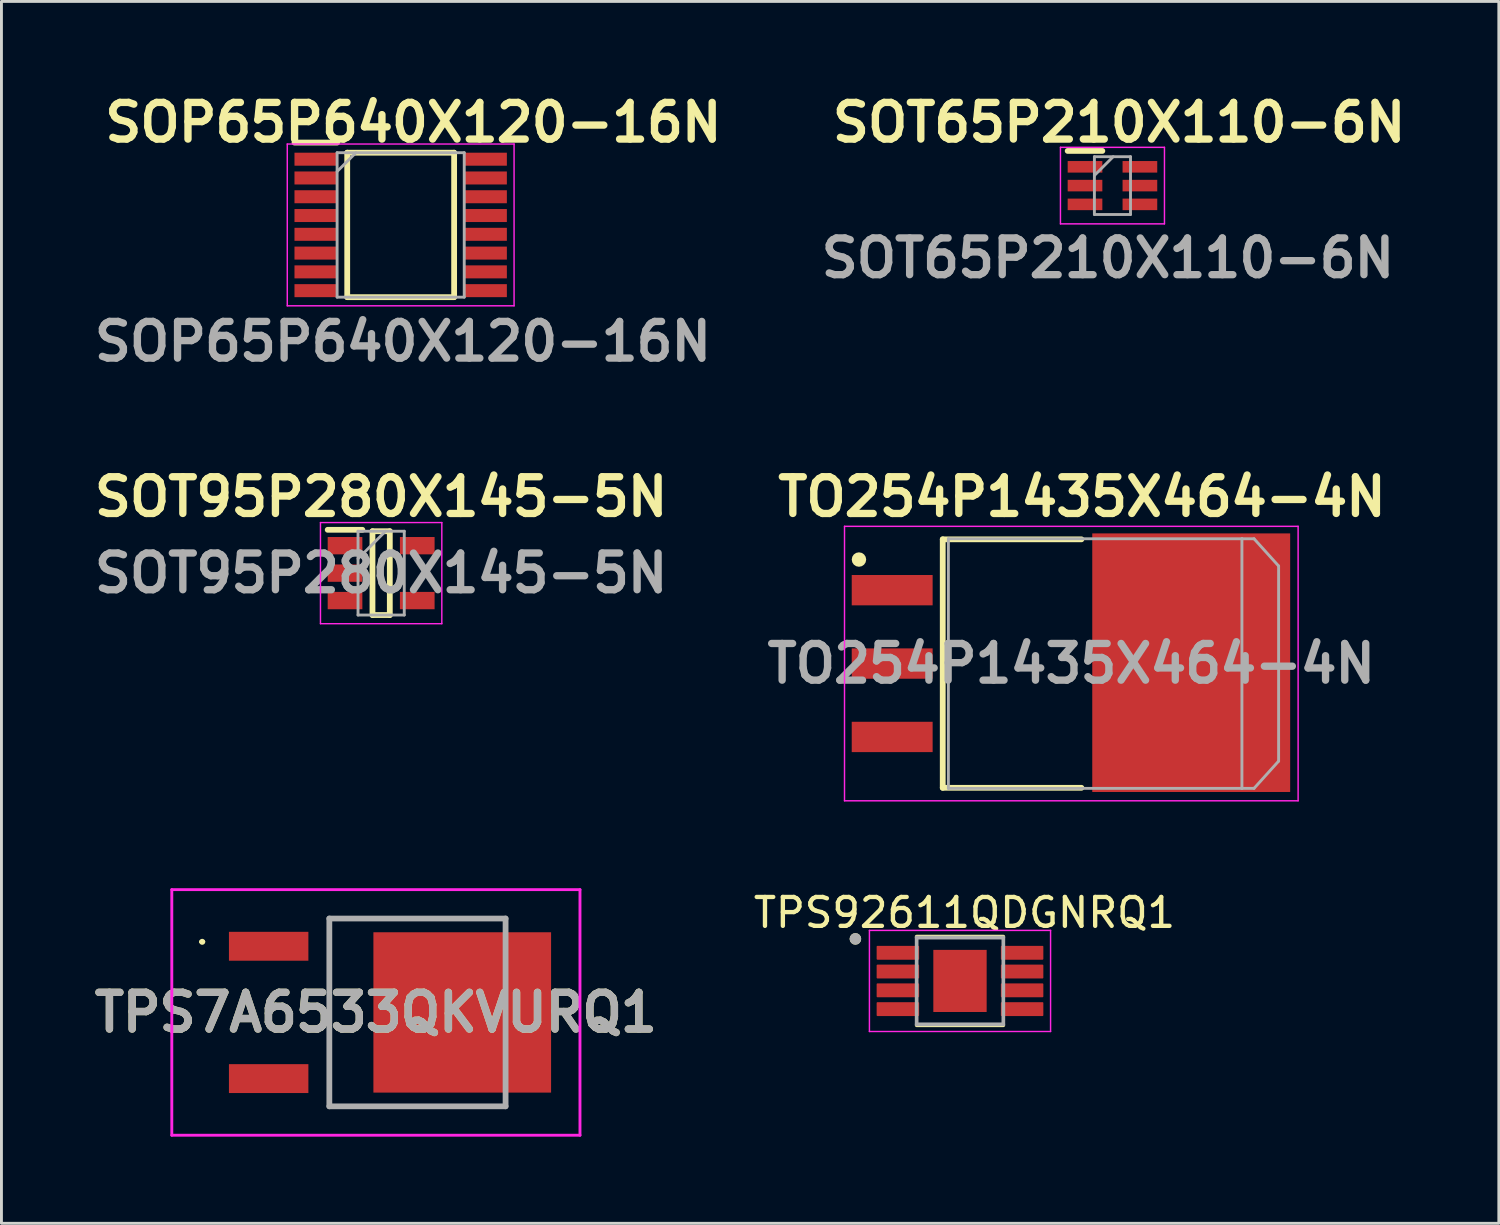
<source format=kicad_pcb>
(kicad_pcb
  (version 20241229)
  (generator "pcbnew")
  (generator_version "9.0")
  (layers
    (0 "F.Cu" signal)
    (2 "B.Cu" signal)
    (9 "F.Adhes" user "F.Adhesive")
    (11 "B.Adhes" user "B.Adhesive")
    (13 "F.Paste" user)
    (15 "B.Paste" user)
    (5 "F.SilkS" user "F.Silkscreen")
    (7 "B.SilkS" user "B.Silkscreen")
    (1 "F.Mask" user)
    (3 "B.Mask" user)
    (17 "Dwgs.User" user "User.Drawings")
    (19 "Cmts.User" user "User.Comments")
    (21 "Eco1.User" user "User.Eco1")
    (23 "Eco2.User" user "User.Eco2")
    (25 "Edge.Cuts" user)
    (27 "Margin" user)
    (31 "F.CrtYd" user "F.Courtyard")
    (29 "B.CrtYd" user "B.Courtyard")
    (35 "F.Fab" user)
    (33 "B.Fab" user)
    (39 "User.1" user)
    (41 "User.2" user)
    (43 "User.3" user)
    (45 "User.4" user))
  (footprint "SOT65P210X110-6N"
    (layer "F.Cu")
    (at 35.454 3.374)
    (property "Reference" "SOT65P210X110-6N" (at 0.231 -2.185 0) (layer "F.SilkS") (effects (font (size 1.27 1.27) (thickness 0.254))))
    (attr smd)
    (fp_line (start -1.55 -1.2) (end -0.35 -1.2) (stroke (width 0.2) (type solid)) (layer "F.SilkS"))
    (fp_line (start -1.8 -1.325) (end 1.8 -1.325) (stroke (width 0.05) (type solid)) (layer "F.CrtYd"))
    (fp_line (start -1.8 1.325) (end -1.8 -1.325) (stroke (width 0.05) (type solid)) (layer "F.CrtYd"))
    (fp_line (start 1.8 -1.325) (end 1.8 1.325) (stroke (width 0.05) (type solid)) (layer "F.CrtYd"))
    (fp_line (start 1.8 1.325) (end -1.8 1.325) (stroke (width 0.05) (type solid)) (layer "F.CrtYd"))
    (fp_line (start -0.625 -1) (end 0.625 -1) (stroke (width 0.1) (type solid)) (layer "F.Fab"))
    (fp_line (start -0.625 -0.35) (end 0.025 -1) (stroke (width 0.1) (type solid)) (layer "F.Fab"))
    (fp_line (start -0.625 1) (end -0.625 -1) (stroke (width 0.1) (type solid)) (layer "F.Fab"))
    (fp_line (start 0.625 -1) (end 0.625 1) (stroke (width 0.1) (type solid)) (layer "F.Fab"))
    (fp_line (start 0.625 1) (end -0.625 1) (stroke (width 0.1) (type solid)) (layer "F.Fab"))
    (fp_text user "${REFERENCE}" (at -0.156 2.508 0) (layer "F.Fab") (effects (font (size 1.27 1.27) (thickness 0.254))))
    (pad "1" smd rect (at -0.95 -0.65 90) (size 0.4 1.2) (layers "F.Cu" "F.Mask" "F.Paste"))
    (pad "2" smd rect (at -0.95 0 90) (size 0.4 1.2) (layers "F.Cu" "F.Mask" "F.Paste"))
    (pad "3" smd rect (at -0.95 0.65 90) (size 0.4 1.2) (layers "F.Cu" "F.Mask" "F.Paste"))
    (pad "4" smd rect (at 0.95 0.65 90) (size 0.4 1.2) (layers "F.Cu" "F.Mask" "F.Paste"))
    (pad "5" smd rect (at 0.95 0 90) (size 0.4 1.2) (layers "F.Cu" "F.Mask" "F.Paste"))
    (pad "6" smd rect (at 0.95 -0.65 90) (size 0.4 1.2) (layers "F.Cu" "F.Mask" "F.Paste")))
  (footprint "SOT95P280X145-5N"
    (layer "F.Cu")
    (at 10.142 16.787)
    (property "Reference" "SOT95P280X145-5N" (at 0 -2.64 0) (layer "F.SilkS") (effects (font (size 1.27 1.27) (thickness 0.254))))
    (attr smd)
    (fp_line (start -1.85 -1.5) (end -0.65 -1.5) (stroke (width 0.2) (type solid)) (layer "F.SilkS"))
    (fp_line (start -0.3 -1.45) (end 0.3 -1.45) (stroke (width 0.2) (type solid)) (layer "F.SilkS"))
    (fp_line (start -0.3 1.45) (end -0.3 -1.45) (stroke (width 0.2) (type solid)) (layer "F.SilkS"))
    (fp_line (start 0.3 -1.45) (end 0.3 1.45) (stroke (width 0.2) (type solid)) (layer "F.SilkS"))
    (fp_line (start 0.3 1.45) (end -0.3 1.45) (stroke (width 0.2) (type solid)) (layer "F.SilkS"))
    (fp_line (start -2.1 -1.75) (end 2.1 -1.75) (stroke (width 0.05) (type solid)) (layer "F.CrtYd"))
    (fp_line (start -2.1 1.75) (end -2.1 -1.75) (stroke (width 0.05) (type solid)) (layer "F.CrtYd"))
    (fp_line (start 2.1 -1.75) (end 2.1 1.75) (stroke (width 0.05) (type solid)) (layer "F.CrtYd"))
    (fp_line (start 2.1 1.75) (end -2.1 1.75) (stroke (width 0.05) (type solid)) (layer "F.CrtYd"))
    (fp_line (start -0.8 -1.45) (end 0.8 -1.45) (stroke (width 0.1) (type solid)) (layer "F.Fab"))
    (fp_line (start -0.8 -0.5) (end 0.15 -1.45) (stroke (width 0.1) (type solid)) (layer "F.Fab"))
    (fp_line (start -0.8 1.45) (end -0.8 -1.45) (stroke (width 0.1) (type solid)) (layer "F.Fab"))
    (fp_line (start 0.8 -1.45) (end 0.8 1.45) (stroke (width 0.1) (type solid)) (layer "F.Fab"))
    (fp_line (start 0.8 1.45) (end -0.8 1.45) (stroke (width 0.1) (type solid)) (layer "F.Fab"))
    (fp_text user "${REFERENCE}" (at 0 0 0) (layer "F.Fab") (effects (font (size 1.27 1.27) (thickness 0.254))))
    (pad "1" smd rect (at -1.25 -0.95 90) (size 0.6 1.2) (layers "F.Cu" "F.Mask" "F.Paste"))
    (pad "2" smd rect (at -1.25 0 90) (size 0.6 1.2) (layers "F.Cu" "F.Mask" "F.Paste"))
    (pad "3" smd rect (at -1.25 0.95 90) (size 0.6 1.2) (layers "F.Cu" "F.Mask" "F.Paste"))
    (pad "4" smd rect (at 1.25 0.95 90) (size 0.6 1.2) (layers "F.Cu" "F.Mask" "F.Paste"))
    (pad "5" smd rect (at 1.25 -0.95 90) (size 0.6 1.2) (layers "F.Cu" "F.Mask" "F.Paste")))
  (footprint "SOP65P640X120-16N"
    (layer "F.Cu")
    (at 10.818 4.735)
    (property "Reference" "SOP65P640X120-16N" (at 0.44 -3.546 0) (layer "F.SilkS") (effects (font (size 1.27 1.27) (thickness 0.254))))
    (attr smd)
    (fp_line (start -3.675 -2.85) (end -2.2 -2.85) (stroke (width 0.2) (type solid)) (layer "F.SilkS"))
    (fp_line (start -1.85 -2.5) (end 1.85 -2.5) (stroke (width 0.2) (type solid)) (layer "F.SilkS"))
    (fp_line (start -1.85 2.5) (end -1.85 -2.5) (stroke (width 0.2) (type solid)) (layer "F.SilkS"))
    (fp_line (start 1.85 -2.5) (end 1.85 2.5) (stroke (width 0.2) (type solid)) (layer "F.SilkS"))
    (fp_line (start 1.85 2.5) (end -1.85 2.5) (stroke (width 0.2) (type solid)) (layer "F.SilkS"))
    (fp_line (start -3.925 -2.8) (end 3.925 -2.8) (stroke (width 0.05) (type solid)) (layer "F.CrtYd"))
    (fp_line (start -3.925 2.8) (end -3.925 -2.8) (stroke (width 0.05) (type solid)) (layer "F.CrtYd"))
    (fp_line (start 3.925 -2.8) (end 3.925 2.8) (stroke (width 0.05) (type solid)) (layer "F.CrtYd"))
    (fp_line (start 3.925 2.8) (end -3.925 2.8) (stroke (width 0.05) (type solid)) (layer "F.CrtYd"))
    (fp_line (start -2.2 -2.5) (end 2.2 -2.5) (stroke (width 0.1) (type solid)) (layer "F.Fab"))
    (fp_line (start -2.2 -1.85) (end -1.55 -2.5) (stroke (width 0.1) (type solid)) (layer "F.Fab"))
    (fp_line (start -2.2 2.5) (end -2.2 -2.5) (stroke (width 0.1) (type solid)) (layer "F.Fab"))
    (fp_line (start 2.2 -2.5) (end 2.2 2.5) (stroke (width 0.1) (type solid)) (layer "F.Fab"))
    (fp_line (start 2.2 2.5) (end -2.2 2.5) (stroke (width 0.1) (type solid)) (layer "F.Fab"))
    (fp_text user "${REFERENCE}" (at 0.079 4.035 0) (layer "F.Fab") (effects (font (size 1.27 1.27) (thickness 0.254))))
    (pad "1" smd rect (at -2.938 -2.275 90) (size 0.45 1.475) (layers "F.Cu" "F.Mask" "F.Paste"))
    (pad "2" smd rect (at -2.938 -1.625 90) (size 0.45 1.475) (layers "F.Cu" "F.Mask" "F.Paste"))
    (pad "3" smd rect (at -2.938 -0.975 90) (size 0.45 1.475) (layers "F.Cu" "F.Mask" "F.Paste"))
    (pad "4" smd rect (at -2.938 -0.325 90) (size 0.45 1.475) (layers "F.Cu" "F.Mask" "F.Paste"))
    (pad "5" smd rect (at -2.938 0.325 90) (size 0.45 1.475) (layers "F.Cu" "F.Mask" "F.Paste"))
    (pad "6" smd rect (at -2.938 0.975 90) (size 0.45 1.475) (layers "F.Cu" "F.Mask" "F.Paste"))
    (pad "7" smd rect (at -2.938 1.625 90) (size 0.45 1.475) (layers "F.Cu" "F.Mask" "F.Paste"))
    (pad "8" smd rect (at -2.938 2.275 90) (size 0.45 1.475) (layers "F.Cu" "F.Mask" "F.Paste"))
    (pad "9" smd rect (at 2.938 2.275 90) (size 0.45 1.475) (layers "F.Cu" "F.Mask" "F.Paste"))
    (pad "10" smd rect (at 2.938 1.625 90) (size 0.45 1.475) (layers "F.Cu" "F.Mask" "F.Paste"))
    (pad "11" smd rect (at 2.938 0.975 90) (size 0.45 1.475) (layers "F.Cu" "F.Mask" "F.Paste"))
    (pad "12" smd rect (at 2.938 0.325 90) (size 0.45 1.475) (layers "F.Cu" "F.Mask" "F.Paste"))
    (pad "13" smd rect (at 2.938 -0.325 90) (size 0.45 1.475) (layers "F.Cu" "F.Mask" "F.Paste"))
    (pad "14" smd rect (at 2.938 -0.975 90) (size 0.45 1.475) (layers "F.Cu" "F.Mask" "F.Paste"))
    (pad "15" smd rect (at 2.938 -1.625 90) (size 0.45 1.475) (layers "F.Cu" "F.Mask" "F.Paste"))
    (pad "16" smd rect (at 2.938 -2.275 90) (size 0.45 1.475) (layers "F.Cu" "F.Mask" "F.Paste")))
  (footprint "TO254P1435X464-4N"
    (layer "F.Cu")
    (at 34.03 19.917)
    (property "Reference" "TO254P1435X464-4N" (at 0.37 -5.77 0) (layer "F.SilkS") (effects (font (size 1.27 1.27) (thickness 0.254))))
    (attr smd)
    (fp_line (start -4.45 -4.3) (end 0.35 -4.3) (stroke (width 0.2) (type solid)) (layer "F.SilkS"))
    (fp_line (start -4.45 4.3) (end -4.45 -4.3) (stroke (width 0.2) (type solid)) (layer "F.SilkS"))
    (fp_line (start 0.35 4.3) (end -4.45 4.3) (stroke (width 0.2) (type solid)) (layer "F.SilkS"))
    (fp_circle (center -7.35 -3.6) (end -7.35 -3.475) (stroke (width 0.25) (type solid)) (fill no) (layer "F.SilkS"))
    (fp_line (start -7.85 -4.75) (end -7.85 4.75) (stroke (width 0.05) (type solid)) (layer "F.CrtYd"))
    (fp_line (start -7.85 4.75) (end 7.85 4.75) (stroke (width 0.05) (type solid)) (layer "F.CrtYd"))
    (fp_line (start 7.85 -4.75) (end -7.85 -4.75) (stroke (width 0.05) (type solid)) (layer "F.CrtYd"))
    (fp_line (start 7.85 4.75) (end 7.85 -4.75) (stroke (width 0.05) (type solid)) (layer "F.CrtYd"))
    (fp_line (start -4.255 -4.32) (end -4.255 4.32) (stroke (width 0.1) (type solid)) (layer "F.Fab"))
    (fp_line (start -4.255 4.32) (end 5.905 4.32) (stroke (width 0.1) (type solid)) (layer "F.Fab"))
    (fp_line (start 5.905 -4.32) (end -4.255 -4.32) (stroke (width 0.1) (type solid)) (layer "F.Fab"))
    (fp_line (start 5.905 4.32) (end 5.905 -4.32) (stroke (width 0.1) (type solid)) (layer "F.Fab"))
    (fp_line (start 5.905 4.32) (end 6.324 4.32) (stroke (width 0.1) (type solid)) (layer "F.Fab"))
    (fp_line (start 6.324 -4.32) (end 5.905 -4.32) (stroke (width 0.1) (type solid)) (layer "F.Fab"))
    (fp_line (start 6.324 4.32) (end 7.175 3.377) (stroke (width 0.1) (type solid)) (layer "F.Fab"))
    (fp_line (start 7.175 -3.377) (end 6.324 -4.32) (stroke (width 0.1) (type solid)) (layer "F.Fab"))
    (fp_line (start 7.175 3.377) (end 7.175 -3.377) (stroke (width 0.1) (type solid)) (layer "F.Fab"))
    (fp_text user "${REFERENCE}" (at 0 0 0) (layer "F.Fab") (effects (font (size 1.27 1.27) (thickness 0.254))))
    (pad "1" smd rect (at -6.2 -2.54 90) (size 1.05 2.8) (layers "F.Cu" "F.Mask" "F.Paste"))
    (pad "2" smd rect (at -6.2 0 90) (size 1.05 2.8) (layers "F.Cu" "F.Mask" "F.Paste"))
    (pad "3" smd rect (at -6.2 2.54 90) (size 1.05 2.8) (layers "F.Cu" "F.Mask" "F.Paste"))
    (pad "4" smd rect (at 4.15 -0.03) (size 6.85 8.95) (layers "F.Cu" "F.Mask" "F.Paste")))
  (footprint "TPS7A6533QKVURQ1"
    (layer "F.Cu")
    (at 6.249 31.992)
    (property "Reference" "TPS7A6533QKVURQ1" (at 3.711 0 0) (layer "F.SilkS") (effects (font (size 1.27 1.27) (thickness 0.254))))
    (attr smd)
    (fp_line (start -2.353 -2.444) (end -2.353 -2.444) (stroke (width 0.104) (type solid)) (layer "F.SilkS"))
    (fp_line (start -2.249 -2.444) (end -2.249 -2.444) (stroke (width 0.104) (type solid)) (layer "F.SilkS"))
    (fp_line (start 2.1 -3.25) (end 2.1 3.25) (stroke (width 0.1) (type solid)) (layer "F.SilkS"))
    (fp_line (start 2.1 3.25) (end 8.2 3.25) (stroke (width 0.1) (type solid)) (layer "F.SilkS"))
    (fp_line (start 8.2 -3.25) (end 2.1 -3.25) (stroke (width 0.1) (type solid)) (layer "F.SilkS"))
    (fp_arc (start -2.353 -2.444) (mid -2.301 -2.496) (end -2.249 -2.444) (stroke (width 0.104) (type solid)) (layer "F.SilkS"))
    (fp_arc (start -2.249 -2.444) (mid -2.301 -2.392) (end -2.353 -2.444) (stroke (width 0.104) (type solid)) (layer "F.SilkS"))
    (fp_line (start -3.353 -4.25) (end 10.775 -4.25) (stroke (width 0.1) (type solid)) (layer "F.CrtYd"))
    (fp_line (start -3.353 4.25) (end -3.353 -4.25) (stroke (width 0.1) (type solid)) (layer "F.CrtYd"))
    (fp_line (start 10.775 -4.25) (end 10.775 4.25) (stroke (width 0.1) (type solid)) (layer "F.CrtYd"))
    (fp_line (start 10.775 4.25) (end -3.353 4.25) (stroke (width 0.1) (type solid)) (layer "F.CrtYd"))
    (fp_line (start 2.1 -3.25) (end 8.2 -3.25) (stroke (width 0.2) (type solid)) (layer "F.Fab"))
    (fp_line (start 2.1 3.25) (end 2.1 -3.25) (stroke (width 0.2) (type solid)) (layer "F.Fab"))
    (fp_line (start 8.2 -3.25) (end 8.2 3.25) (stroke (width 0.2) (type solid)) (layer "F.Fab"))
    (fp_line (start 8.2 3.25) (end 2.1 3.25) (stroke (width 0.2) (type solid)) (layer "F.Fab"))
    (fp_text user "${REFERENCE}" (at 3.711 0 0) (layer "F.Fab") (effects (font (size 1.27 1.27) (thickness 0.254))))
    (pad "1" smd rect (at 0 -2.29 90) (size 1 2.75) (layers "F.Cu" "F.Mask" "F.Paste"))
    (pad "2" smd rect (at 6.7 0 90) (size 5.55 6.15) (layers "F.Cu" "F.Mask" "F.Paste"))
    (pad "3" smd rect (at 0 2.29 90) (size 1 2.75) (layers "F.Cu" "F.Mask" "F.Paste")))
  (footprint "TPS92611QDGNRQ1"
    (layer "F.Cu")
    (at 30.177 30.902)
    (property "Reference" "TPS92611QDGNRQ1" (at 0.155 -2.362 0) (layer "F.SilkS") (effects (font (size 1 1) (thickness 0.15))))
    (attr smd)
    (fp_line (start -1.5 -1.535) (end 1.5 -1.535) (stroke (width 0.127) (type solid)) (layer "F.SilkS"))
    (fp_line (start -1.5 1.535) (end 1.5 1.535) (stroke (width 0.127) (type solid)) (layer "F.SilkS"))
    (fp_circle (center -3.62 -1.455) (end -3.52 -1.455) (stroke (width 0.2) (type solid)) (fill no) (layer "F.SilkS"))
    (fp_poly (pts (xy -0.781 -0.94) (xy 0.781 -0.94) (xy 0.781 0.94) (xy -0.781 0.94)) (stroke (width 0.01) (type solid)) (fill yes) (layer "F.Paste"))
    (fp_line (start -3.135 -1.75) (end -3.135 1.75) (stroke (width 0.05) (type solid)) (layer "F.CrtYd"))
    (fp_line (start -3.135 -1.75) (end 3.135 -1.75) (stroke (width 0.05) (type solid)) (layer "F.CrtYd"))
    (fp_line (start -3.135 1.75) (end 3.135 1.75) (stroke (width 0.05) (type solid)) (layer "F.CrtYd"))
    (fp_line (start 3.135 -1.75) (end 3.135 1.75) (stroke (width 0.05) (type solid)) (layer "F.CrtYd"))
    (fp_line (start -1.5 -1.5) (end -1.5 1.5) (stroke (width 0.127) (type solid)) (layer "F.Fab"))
    (fp_line (start -1.5 -1.5) (end 1.5 -1.5) (stroke (width 0.127) (type solid)) (layer "F.Fab"))
    (fp_line (start -1.5 1.5) (end 1.5 1.5) (stroke (width 0.127) (type solid)) (layer "F.Fab"))
    (fp_line (start 1.5 -1.5) (end 1.5 1.5) (stroke (width 0.127) (type solid)) (layer "F.Fab"))
    (fp_circle (center -3.62 -1.455) (end -3.52 -1.455) (stroke (width 0.2) (type solid)) (fill no) (layer "F.Fab"))
    (pad "1" smd roundrect (at -2.15 -0.975) (size 1.47 0.48) (layers "F.Cu" "F.Mask" "F.Paste") (roundrect_rratio 0.06))
    (pad "2" smd roundrect (at -2.15 -0.325) (size 1.47 0.48) (layers "F.Cu" "F.Mask" "F.Paste") (roundrect_rratio 0.06))
    (pad "3" smd roundrect (at -2.15 0.325) (size 1.47 0.48) (layers "F.Cu" "F.Mask" "F.Paste") (roundrect_rratio 0.06))
    (pad "4" smd roundrect (at -2.15 0.975) (size 1.47 0.48) (layers "F.Cu" "F.Mask" "F.Paste") (roundrect_rratio 0.06))
    (pad "5" smd roundrect (at 2.15 0.975) (size 1.47 0.48) (layers "F.Cu" "F.Mask" "F.Paste") (roundrect_rratio 0.06))
    (pad "6" smd roundrect (at 2.15 0.325) (size 1.47 0.48) (layers "F.Cu" "F.Mask" "F.Paste") (roundrect_rratio 0.06))
    (pad "7" smd roundrect (at 2.15 -0.325) (size 1.47 0.48) (layers "F.Cu" "F.Mask" "F.Paste") (roundrect_rratio 0.06))
    (pad "8" smd roundrect (at 2.15 -0.975) (size 1.47 0.48) (layers "F.Cu" "F.Mask" "F.Paste") (roundrect_rratio 0.06))
    (pad "9" smd rect (at 0 0) (size 1.846 2.15) (layers "F.Cu" "F.Mask")))
  (gr_rect
    (start -3 -3)
    (end 48.827 39.292)
    (stroke (width 0.1) (type default))
    (fill no)
    (layer "Edge.Cuts")))
</source>
